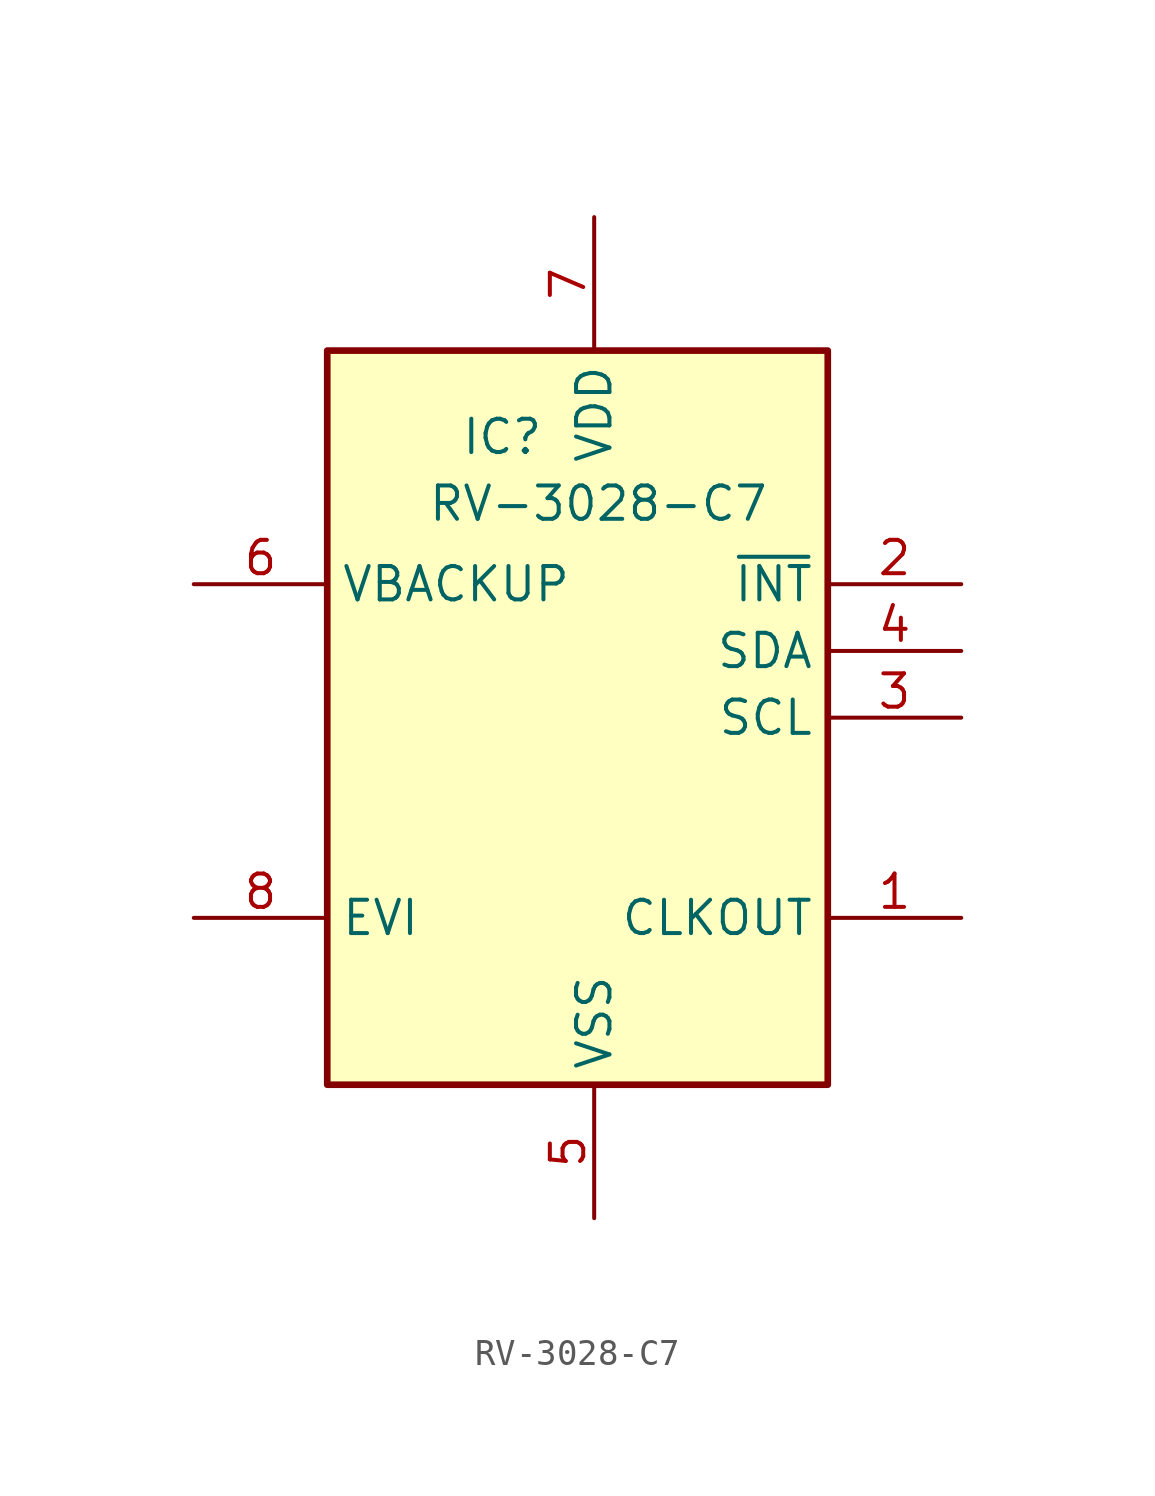
<source format=kicad_sym>
(kicad_symbol_lib
  (version 20220914)
  (generator kicad_symbol_editor)
  (symbol "RV-3028-C7"
    (property "Reference" "IC"
      (at -5.08 10.16 0)
      (effects (font (size 1.27 1.27)) (justify left top)))
    (property "Value" "RV-3028-C7"
      (at -6.35 7.62 0)
      (effects (font (size 1.27 1.27)) (justify left top)))
    (symbol "RV-3028-C7_1_1"
      (rectangle (start -10.16 12.7) (end 8.89 -15.24) (stroke (width 0.254) (type default)) (fill (type background)))
      (pin passive line (at 13.97 -8.89 180) (length 5.08) (name "CLKOUT" (effects (font (size 1.27 1.27)))) (number "1" (effects (font (size 1.27 1.27)))))
      (pin passive line (at 13.97 3.81 180) (length 5.08) (name "~{INT}" (effects (font (size 1.27 1.27)))) (number "2" (effects (font (size 1.27 1.27)))))
      (pin passive line (at 13.97 -1.27 180) (length 5.08) (name "SCL" (effects (font (size 1.27 1.27)))) (number "3" (effects (font (size 1.27 1.27)))))
      (pin passive line (at 13.97 1.27 180) (length 5.08) (name "SDA" (effects (font (size 1.27 1.27)))) (number "4" (effects (font (size 1.27 1.27)))))
      (pin passive line (at 0 -20.32 90) (length 5.08) (name "VSS" (effects (font (size 1.27 1.27)))) (number "5" (effects (font (size 1.27 1.27)))))
      (pin passive line (at -15.24 3.81 0) (length 5.08) (name "VBACKUP" (effects (font (size 1.27 1.27)))) (number "6" (effects (font (size 1.27 1.27)))))
      (pin passive line (at 0 17.78 270) (length 5.08) (name "VDD" (effects (font (size 1.27 1.27)))) (number "7" (effects (font (size 1.27 1.27)))))
      (pin passive line (at -15.24 -8.89 0) (length 5.08) (name "EVI" (effects (font (size 1.27 1.27)))) (number "8" (effects (font (size 1.27 1.27))))))))
</source>
